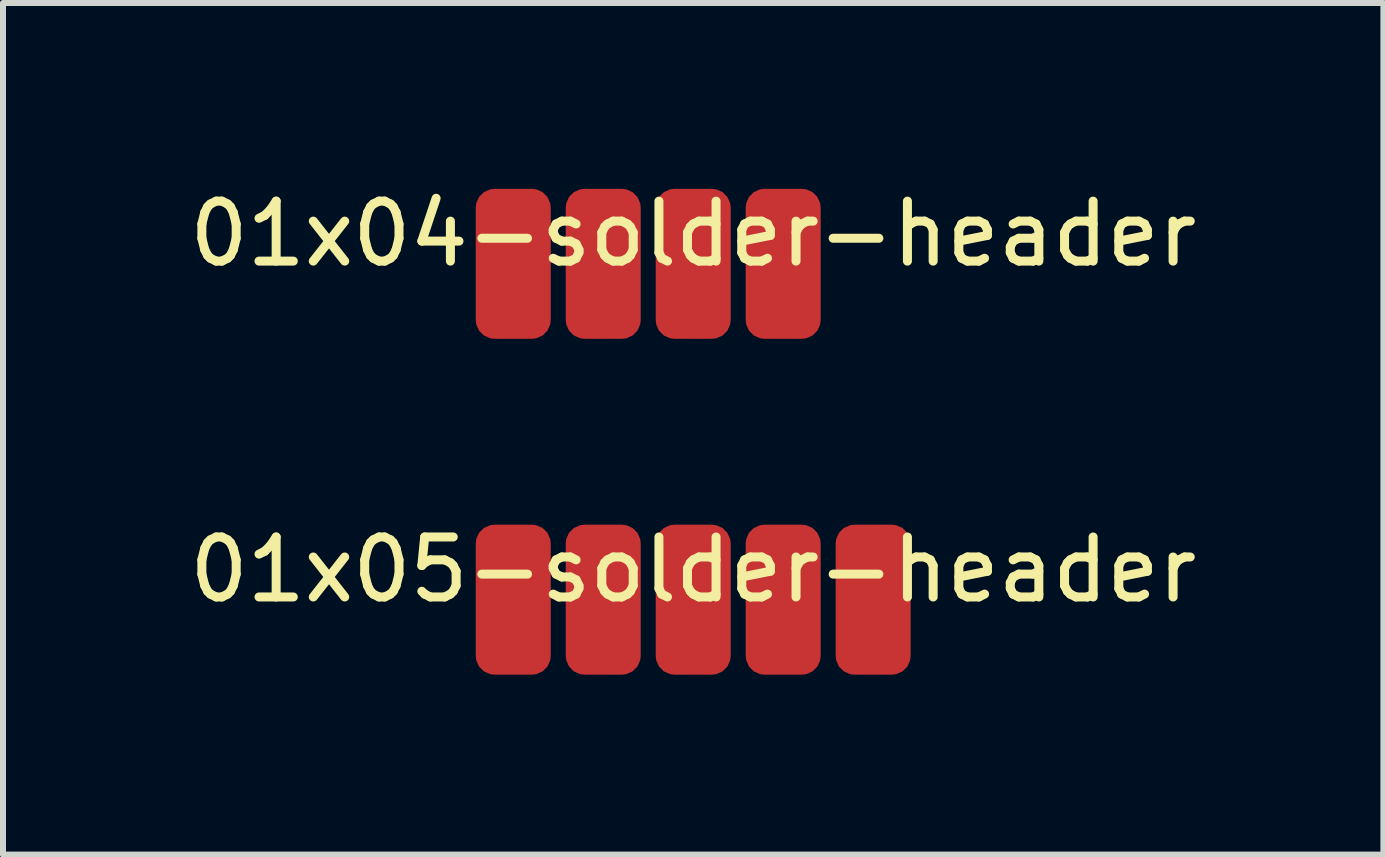
<source format=kicad_pcb>
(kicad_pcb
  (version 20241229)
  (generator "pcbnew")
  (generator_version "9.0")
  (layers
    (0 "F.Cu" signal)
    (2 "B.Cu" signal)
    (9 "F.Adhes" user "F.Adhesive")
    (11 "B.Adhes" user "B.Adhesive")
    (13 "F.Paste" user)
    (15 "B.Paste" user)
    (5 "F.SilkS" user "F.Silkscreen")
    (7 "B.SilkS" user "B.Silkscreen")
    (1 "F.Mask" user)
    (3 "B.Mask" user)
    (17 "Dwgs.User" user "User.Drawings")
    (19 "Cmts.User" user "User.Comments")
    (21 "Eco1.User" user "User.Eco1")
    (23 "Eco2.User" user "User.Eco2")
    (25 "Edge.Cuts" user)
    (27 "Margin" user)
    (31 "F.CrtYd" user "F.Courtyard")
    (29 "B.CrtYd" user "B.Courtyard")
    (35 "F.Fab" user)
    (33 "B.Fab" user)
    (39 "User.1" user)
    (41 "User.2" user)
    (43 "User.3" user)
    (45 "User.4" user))
  (footprint "01x04-solder-header"
    (layer "F.Cu")
    (at 7.756 1.348)
    (property "Reference" "01x04-solder-header" (at 0.75 -0.5 0) (unlocked yes) (layer "F.SilkS") (effects (font (size 1 1) (thickness 0.15))))
    (attr smd)
    (pad "1" smd roundrect (at -2.25 0) (size 1.25 2.5) (layers "F.Cu" "F.Mask" "F.Paste") (roundrect_rratio 0.25))
    (pad "2" smd roundrect (at -0.75 0) (size 1.25 2.5) (layers "F.Cu" "F.Mask" "F.Paste") (roundrect_rratio 0.25))
    (pad "3" smd roundrect (at 0.75 0) (size 1.25 2.5) (layers "F.Cu" "F.Mask" "F.Paste") (roundrect_rratio 0.25))
    (pad "4" smd roundrect (at 2.25 0) (size 1.25 2.5) (layers "F.Cu" "F.Mask" "F.Paste") (roundrect_rratio 0.25)))
  (footprint "01x05-solder-header"
    (layer "F.Cu")
    (at 8.506 6.947)
    (property "Reference" "01x05-solder-header" (at 0 -0.5 0) (unlocked yes) (layer "F.SilkS") (effects (font (size 1 1) (thickness 0.15))))
    (attr smd)
    (pad "1" smd roundrect (at -3 0) (size 1.25 2.5) (layers "F.Cu" "F.Mask" "F.Paste") (roundrect_rratio 0.25))
    (pad "2" smd roundrect (at -1.5 0) (size 1.25 2.5) (layers "F.Cu" "F.Mask" "F.Paste") (roundrect_rratio 0.25))
    (pad "3" smd roundrect (at 0 0) (size 1.25 2.5) (layers "F.Cu" "F.Mask" "F.Paste") (roundrect_rratio 0.25))
    (pad "4" smd roundrect (at 1.5 0) (size 1.25 2.5) (layers "F.Cu" "F.Mask" "F.Paste") (roundrect_rratio 0.25))
    (pad "5" smd roundrect (at 3 0) (size 1.25 2.5) (layers "F.Cu" "F.Mask" "F.Paste") (roundrect_rratio 0.25)))
  (gr_rect
    (start -3 -3)
    (end 20.012 11.197)
    (stroke (width 0.1) (type default))
    (fill no)
    (layer "Edge.Cuts")))
</source>
